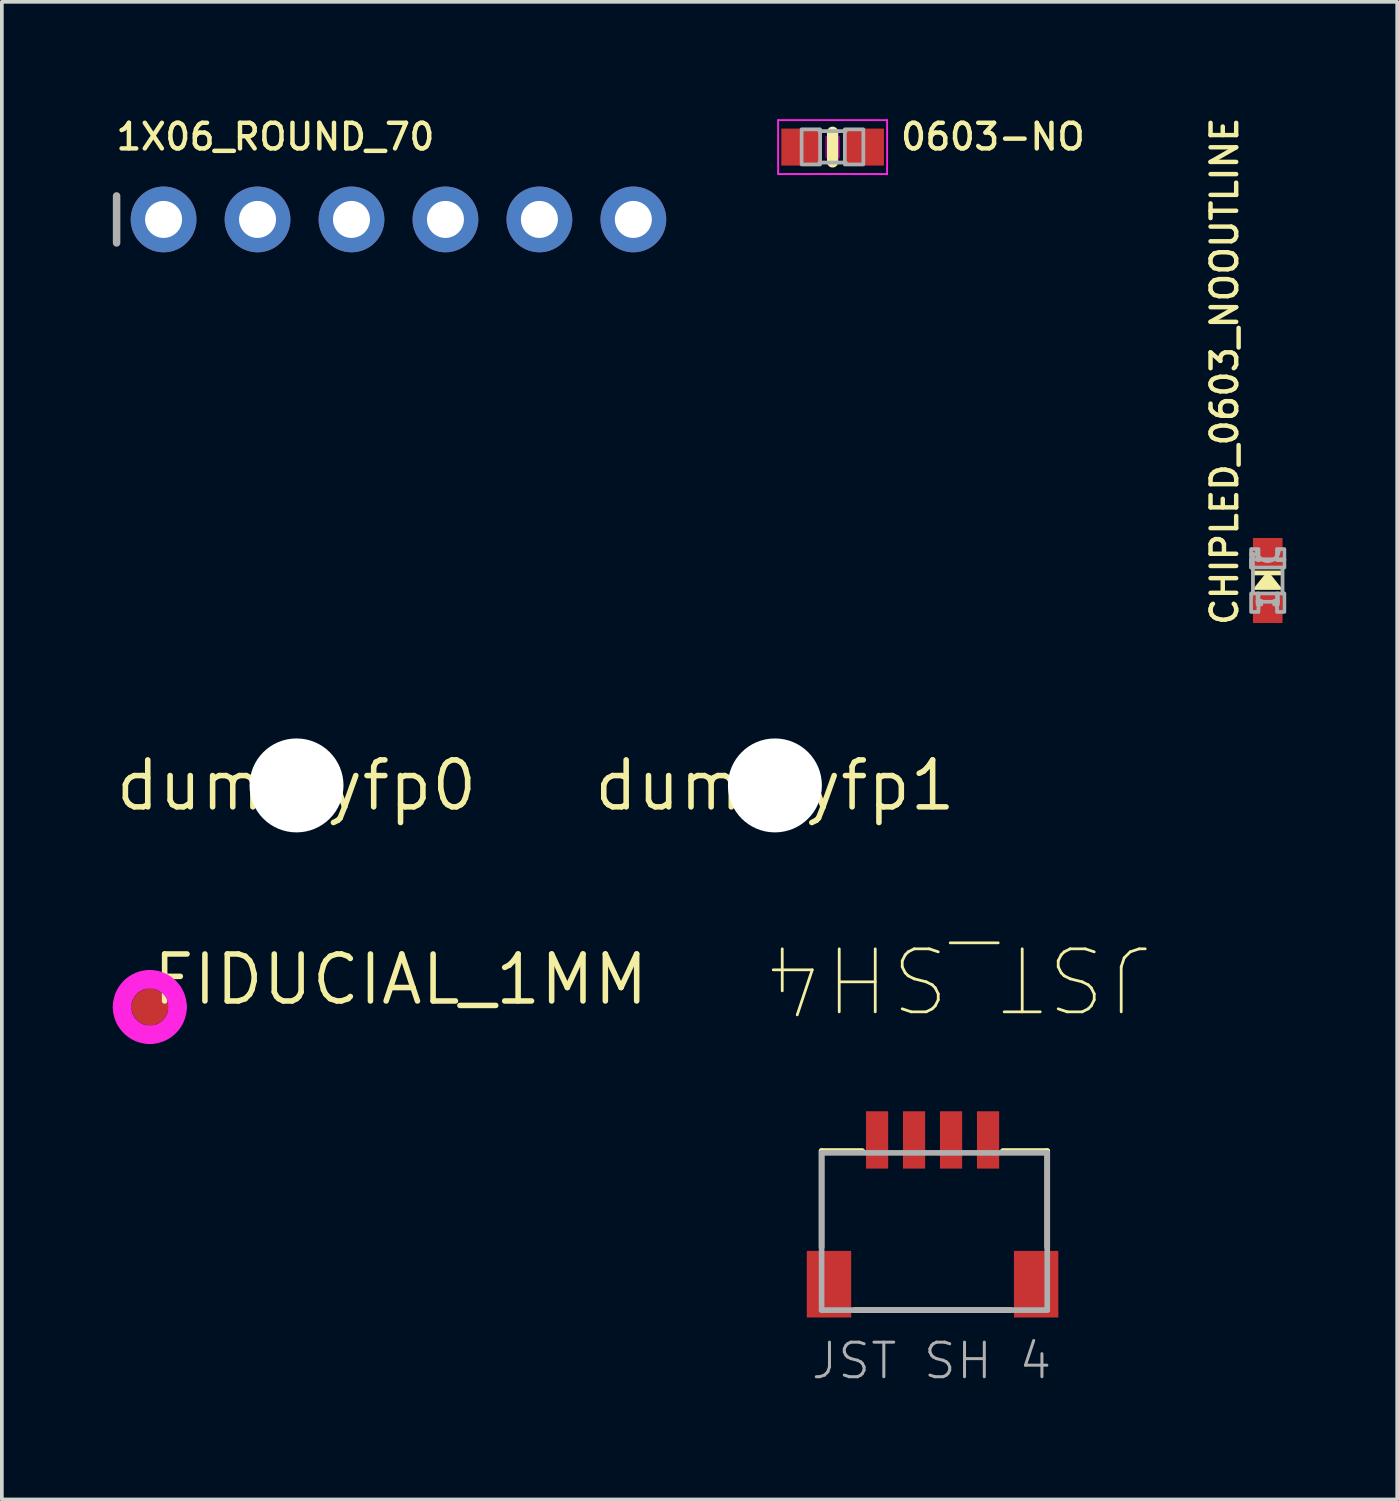
<source format=kicad_pcb>
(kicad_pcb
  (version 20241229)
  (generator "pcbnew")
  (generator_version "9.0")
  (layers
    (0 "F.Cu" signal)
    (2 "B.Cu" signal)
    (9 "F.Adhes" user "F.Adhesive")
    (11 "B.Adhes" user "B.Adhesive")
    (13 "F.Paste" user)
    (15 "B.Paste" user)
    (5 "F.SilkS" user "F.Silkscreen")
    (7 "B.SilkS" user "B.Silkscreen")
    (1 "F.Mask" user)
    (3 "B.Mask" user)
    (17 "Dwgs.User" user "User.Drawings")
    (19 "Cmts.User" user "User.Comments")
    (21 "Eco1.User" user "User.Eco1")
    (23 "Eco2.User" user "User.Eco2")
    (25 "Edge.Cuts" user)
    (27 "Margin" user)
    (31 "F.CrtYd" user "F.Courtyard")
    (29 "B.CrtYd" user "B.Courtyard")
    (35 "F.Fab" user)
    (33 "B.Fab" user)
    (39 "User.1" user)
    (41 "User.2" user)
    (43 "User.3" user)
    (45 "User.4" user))
  (footprint "JST_SH4"
    (layer "F.Cu")
    (at 22.161 30.281)
    (property "Reference" "JST_SH4" (at -4.6 -5.9 180) (unlocked yes) (layer "F.SilkS") (effects (font (size 1.703 1.703) (thickness 0.075)) (justify right top)))
    (fp_line (start -3 -2.214) (end -1.9 -2.214) (stroke (width 0.152) (type solid)) (layer "F.SilkS"))
    (fp_line (start -3 0.386) (end -3 -2.214) (stroke (width 0.152) (type solid)) (layer "F.SilkS"))
    (fp_line (start -2.1 2.086) (end 2.1 2.086) (stroke (width 0.152) (type solid)) (layer "F.SilkS"))
    (fp_line (start 1.9 -2.214) (end 3.1 -2.214) (stroke (width 0.152) (type solid)) (layer "F.SilkS"))
    (fp_line (start 3.1 -2.214) (end 3.1 0.386) (stroke (width 0.152) (type solid)) (layer "F.SilkS"))
    (fp_line (start -3 -2.164) (end 3.1 -2.164) (stroke (width 0.152) (type solid)) (layer "F.Fab"))
    (fp_line (start -3 2.086) (end -3 -2.164) (stroke (width 0.152) (type solid)) (layer "F.Fab"))
    (fp_line (start 3.1 -2.164) (end 3.1 2.086) (stroke (width 0.152) (type solid)) (layer "F.Fab"))
    (fp_line (start 3.1 2.086) (end -3 2.086) (stroke (width 0.152) (type solid)) (layer "F.Fab"))
    (fp_text user "JST SH 4" (at -3.33 4.006 0) (unlocked yes) (layer "F.Fab") (effects (font (size 0.935 0.935) (thickness 0.081)) (justify left bottom)))
    (pad "1" smd rect (at -1.5 -2.514 90) (size 1.55 0.6) (layers "F.Cu" "F.Mask" "F.Paste"))
    (pad "2" smd rect (at -0.5 -2.514 90) (size 1.55 0.6) (layers "F.Cu" "F.Mask" "F.Paste"))
    (pad "3" smd rect (at 0.5 -2.514 90) (size 1.55 0.6) (layers "F.Cu" "F.Mask" "F.Paste"))
    (pad "4" smd rect (at 1.5 -2.514 90) (size 1.55 0.6) (layers "F.Cu" "F.Mask" "F.Paste"))
    (pad "MT1" smd rect (at -2.8 1.386 90) (size 1.8 1.2) (layers "F.Cu" "F.Mask" "F.Paste"))
    (pad "MT2" smd rect (at 2.8 1.386 90) (size 1.8 1.2) (layers "F.Cu" "F.Mask" "F.Paste")))
  (footprint "1X06_ROUND_70"
    (layer "F.Cu")
    (at 7.722 2.882)
    (property "Reference" "1X06_ROUND_70" (at -7.696 -1.829 0) (unlocked yes) (layer "F.SilkS") (effects (font (size 0.693 0.693) (thickness 0.12)) (justify left bottom)))
    (fp_line (start -7.62 -0.635) (end -7.62 0.635) (stroke (width 0.203) (type solid)) (layer "F.Fab"))
    (fp_poly (pts (xy -6.604 0.254) (xy -6.096 0.254) (xy -6.096 -0.254) (xy -6.604 -0.254)) (stroke (width 0.1) (type default)) (fill no) (layer "F.Fab"))
    (fp_poly (pts (xy -4.064 0.254) (xy -3.556 0.254) (xy -3.556 -0.254) (xy -4.064 -0.254)) (stroke (width 0.1) (type default)) (fill no) (layer "F.Fab"))
    (fp_poly (pts (xy -1.524 0.254) (xy -1.016 0.254) (xy -1.016 -0.254) (xy -1.524 -0.254)) (stroke (width 0.1) (type default)) (fill no) (layer "F.Fab"))
    (fp_poly (pts (xy 1.016 0.254) (xy 1.524 0.254) (xy 1.524 -0.254) (xy 1.016 -0.254)) (stroke (width 0.1) (type default)) (fill no) (layer "F.Fab"))
    (fp_poly (pts (xy 3.556 0.254) (xy 4.064 0.254) (xy 4.064 -0.254) (xy 3.556 -0.254)) (stroke (width 0.1) (type default)) (fill no) (layer "F.Fab"))
    (fp_poly (pts (xy 6.096 0.254) (xy 6.604 0.254) (xy 6.604 -0.254) (xy 6.096 -0.254)) (stroke (width 0.1) (type default)) (fill no) (layer "F.Fab"))
    (pad "1" thru_hole circle (at -6.35 0 90) (size 1.778 1.778) (drill 1) (layers "*.Cu" "*.Mask"))
    (pad "2" thru_hole circle (at -3.81 0 90) (size 1.778 1.778) (drill 1) (layers "*.Cu" "*.Mask"))
    (pad "3" thru_hole circle (at -1.27 0 90) (size 1.778 1.778) (drill 1) (layers "*.Cu" "*.Mask"))
    (pad "4" thru_hole circle (at 1.27 0 90) (size 1.778 1.778) (drill 1) (layers "*.Cu" "*.Mask"))
    (pad "5" thru_hole circle (at 3.81 0 90) (size 1.778 1.778) (drill 1) (layers "*.Cu" "*.Mask"))
    (pad "6" thru_hole circle (at 6.35 0 90) (size 1.778 1.778) (drill 1) (layers "*.Cu" "*.Mask")))
  (footprint "dummyfp0"
    (layer "F.Cu")
    (at 4.966 18.183)
    (property "Reference" "dummyfp0" (at 0 0 0) (layer "F.SilkS") (effects (font (size 1.27 1.27) (thickness 0.15))))
    (pad "" np_thru_hole circle (at 0 0) (size 2.54 2.54) (drill 2.54) (layers "*.Cu" "*.Mask")))
  (footprint "FIDUCIAL_1MM"
    (layer "F.Cu")
    (at 1 24.173)
    (property "Reference" "FIDUCIAL_1MM" (at 0 0 0) (layer "F.SilkS") (effects (font (size 1.27 1.27) (thickness 0.15)) (justify left bottom)))
    (fp_arc (start -0.75 0) (mid -0.53033 -0.53033) (end 0 -0.75) (stroke (width 0.4699) (type solid)) (layer "F.Mask"))
    (fp_arc (start 0 -0.75) (mid 0.53033 -0.53033) (end 0.75 0) (stroke (width 0.4699) (type solid)) (layer "F.Mask"))
    (fp_arc (start 0 0.75) (mid -0.53033 0.53033) (end -0.75 0) (stroke (width 0.4699) (type solid)) (layer "F.Mask"))
    (fp_arc (start 0.75 0) (mid 0.53033 0.53033) (end 0 0.75) (stroke (width 0.4699) (type solid)) (layer "F.Mask"))
    (fp_arc (start -0.75 0) (mid -0.53033 -0.53033) (end 0 -0.75) (stroke (width 0.5) (type solid)) (layer "F.CrtYd"))
    (fp_arc (start 0 -0.75) (mid 0.53033 -0.53033) (end 0.75 0) (stroke (width 0.5) (type solid)) (layer "F.CrtYd"))
    (fp_arc (start 0 0.75) (mid -0.53033 0.53033) (end -0.75 0) (stroke (width 0.5) (type solid)) (layer "F.CrtYd"))
    (fp_arc (start 0.75 0) (mid 0.53033 0.53033) (end 0 0.75) (stroke (width 0.5) (type solid)) (layer "F.CrtYd"))
    (pad "1" smd roundrect (at 0 0) (size 1 1) (layers "F.Cu" "F.Mask") (roundrect_rratio 0.5)))
  (footprint "dummyfp1"
    (layer "F.Cu")
    (at 17.899 18.183)
    (property "Reference" "dummyfp1" (at 0 0 0) (layer "F.SilkS") (effects (font (size 1.27 1.27) (thickness 0.15))))
    (pad "" np_thru_hole circle (at 0 0) (size 2.54 2.54) (drill 2.54) (layers "*.Cu" "*.Mask")))
  (footprint "CHIPLED_0603_NOOUTLINE"
    (layer "F.Cu")
    (at 31.222 12.643)
    (property "Reference" "CHIPLED_0603_NOOUTLINE" (at -0.762 1.27 90) (unlocked yes) (layer "F.SilkS") (effects (font (size 0.693 0.693) (thickness 0.12)) (justify left bottom)))
    (fp_poly (pts (xy 0.413 0.254) (xy -0.413 0.254) (xy 0 -0.262)) (stroke (width 0) (type default)) (fill yes) (layer "F.SilkS"))
    (fp_poly (pts (xy -0.381 -0.14) (xy 0.381 -0.14) (xy 0.381 -0.267) (xy -0.381 -0.267)) (stroke (width 0) (type default)) (fill yes) (layer "F.SilkS"))
    (fp_line (start -0.4 -0.375) (end -0.4 0.35) (stroke (width 0.102) (type solid)) (layer "F.Fab"))
    (fp_line (start 0.4 -0.35) (end 0.4 0.35) (stroke (width 0.102) (type solid)) (layer "F.Fab"))
    (fp_arc (start -0.275 0.825) (mid 0 0.55) (end 0.275 0.825) (stroke (width 0.0508) (type solid)) (layer "F.Fab"))
    (fp_arc (start 0.3 -0.799998) (mid -0.000001 -0.524966) (end -0.3 -0.8) (stroke (width 0.1016) (type solid)) (layer "F.Fab"))
    (fp_circle (center -0.35 -0.625) (end -0.275 -0.625) (stroke (width 0.051) (type solid)) (fill no) (layer "F.Fab"))
    (fp_poly (pts (xy -0.45 -0.7) (xy -0.25 -0.7) (xy -0.25 -0.85) (xy -0.45 -0.85)) (stroke (width 0.1) (type default)) (fill no) (layer "F.Fab"))
    (fp_poly (pts (xy -0.45 -0.35) (xy -0.4 -0.35) (xy -0.4 -0.725) (xy -0.45 -0.725)) (stroke (width 0.1) (type default)) (fill no) (layer "F.Fab"))
    (fp_poly (pts (xy -0.45 -0.35) (xy 0.45 -0.35) (xy 0.45 -0.575) (xy -0.45 -0.575)) (stroke (width 0.1) (type default)) (fill no) (layer "F.Fab"))
    (fp_poly (pts (xy -0.45 0.85) (xy -0.25 0.85) (xy -0.25 0.35) (xy -0.45 0.35)) (stroke (width 0.1) (type default)) (fill no) (layer "F.Fab"))
    (fp_poly (pts (xy -0.275 -0.55) (xy -0.225 -0.55) (xy -0.225 -0.6) (xy -0.275 -0.6)) (stroke (width 0.1) (type default)) (fill no) (layer "F.Fab"))
    (fp_poly (pts (xy -0.275 0.575) (xy 0.275 0.575) (xy 0.275 0.35) (xy -0.275 0.35)) (stroke (width 0.1) (type default)) (fill no) (layer "F.Fab"))
    (fp_poly (pts (xy -0.275 0.65) (xy -0.175 0.65) (xy -0.175 0.55) (xy -0.275 0.55)) (stroke (width 0.1) (type default)) (fill no) (layer "F.Fab"))
    (fp_poly (pts (xy 0.175 0.65) (xy 0.275 0.65) (xy 0.275 0.55) (xy 0.175 0.55)) (stroke (width 0.1) (type default)) (fill no) (layer "F.Fab"))
    (fp_poly (pts (xy 0.25 -0.55) (xy 0.45 -0.55) (xy 0.45 -0.85) (xy 0.25 -0.85)) (stroke (width 0.1) (type default)) (fill no) (layer "F.Fab"))
    (fp_poly (pts (xy 0.25 0.85) (xy 0.45 0.85) (xy 0.45 0.35) (xy 0.25 0.35)) (stroke (width 0.1) (type default)) (fill no) (layer "F.Fab"))
    (pad "A" smd rect (at 0 0.75) (size 0.8 0.8) (layers "F.Cu" "F.Mask" "F.Paste"))
    (pad "C" smd rect (at 0 -0.75) (size 0.8 0.8) (layers "F.Cu" "F.Mask" "F.Paste")))
  (footprint "0603-NO"
    (layer "F.Cu")
    (at 19.459 0.926)
    (property "Reference" "0603-NO" (at 1.778 0.127 0) (unlocked yes) (layer "F.SilkS") (effects (font (size 0.693 0.693) (thickness 0.12)) (justify left bottom)))
    (fp_line (start 0 -0.4) (end 0 0.4) (stroke (width 0.305) (type solid)) (layer "F.SilkS"))
    (fp_poly (pts (xy -0.2 0.3) (xy 0.2 0.3) (xy 0.2 -0.3) (xy -0.2 -0.3)) (stroke (width 0) (type default)) (fill yes) (layer "F.Adhes"))
    (fp_line (start -1.473 -0.729) (end 1.473 -0.729) (stroke (width 0.051) (type solid)) (layer "F.CrtYd"))
    (fp_line (start -1.473 0.729) (end -1.473 -0.729) (stroke (width 0.051) (type solid)) (layer "F.CrtYd"))
    (fp_line (start 1.473 -0.729) (end 1.473 0.729) (stroke (width 0.051) (type solid)) (layer "F.CrtYd"))
    (fp_line (start 1.473 0.729) (end -1.473 0.729) (stroke (width 0.051) (type solid)) (layer "F.CrtYd"))
    (fp_line (start -0.356 -0.432) (end 0.356 -0.432) (stroke (width 0.102) (type solid)) (layer "F.Fab"))
    (fp_line (start -0.356 0.419) (end 0.356 0.419) (stroke (width 0.102) (type solid)) (layer "F.Fab"))
    (fp_poly (pts (xy -0.838 0.47) (xy -0.338 0.47) (xy -0.338 -0.48) (xy -0.838 -0.48)) (stroke (width 0.1) (type default)) (fill no) (layer "F.Fab"))
    (fp_poly (pts (xy 0.33 0.47) (xy 0.83 0.47) (xy 0.83 -0.48) (xy 0.33 -0.48)) (stroke (width 0.1) (type default)) (fill no) (layer "F.Fab"))
    (pad "1" smd rect (at -0.85 0) (size 1.075 1) (layers "F.Cu" "F.Mask" "F.Paste"))
    (pad "2" smd rect (at 0.85 0) (size 1.075 1) (layers "F.Cu" "F.Mask" "F.Paste")))
  (gr_rect
    (start -3 -3)
    (end 34.722 37.487)
    (stroke (width 0.1) (type default))
    (fill no)
    (layer "Edge.Cuts")))
</source>
